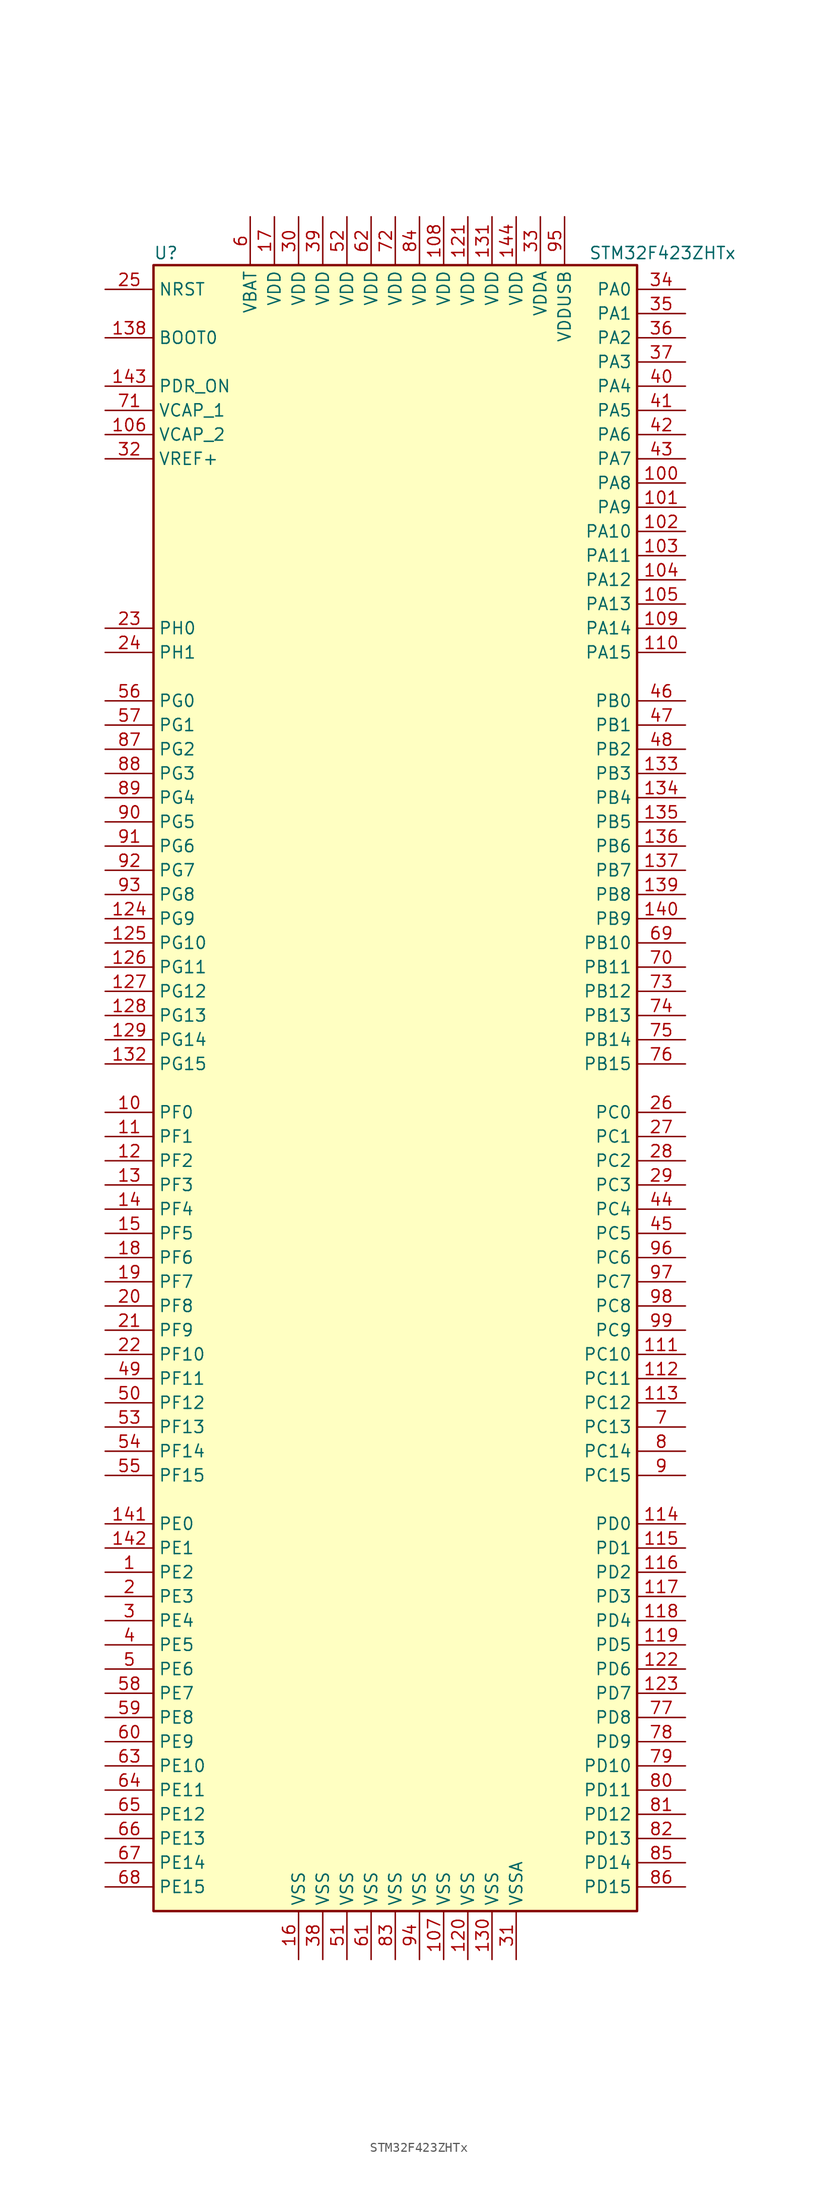
<source format=kicad_sym>
(kicad_symbol_lib
  (version 20201005)
  (generator kicad_symbol_editor)
  (symbol "MCU_ST_STM32F4:STM32F423ZHTx"
    (property "Reference" "U"
      (at -25.4 87.63 0)
      (effects (font (size 1.27 1.27)) (justify left)))
    (property "Value" "STM32F423ZHTx"
      (at 20.32 87.63 0)
      (effects (font (size 1.27 1.27)) (justify left)))
    (symbol "STM32F423ZHTx_0_1"
      (rectangle (start -25.4 -86.36) (end 25.4 86.36) (stroke (width 0.254)) (fill (type background))))
    (symbol "STM32F423ZHTx_1_1"
      (pin input line (at -30.48 78.74 0) (length 5.08) (name "BOOT0" (effects (font (size 1.27 1.27)))) (number "138" (effects (font (size 1.27 1.27)))))
      (pin input line (at -30.48 83.82 0) (length 5.08) (name "NRST" (effects (font (size 1.27 1.27)))) (number "25" (effects (font (size 1.27 1.27)))))
      (pin bidirectional line (at 30.48 83.82 180) (length 5.08) (name "PA0" (effects (font (size 1.27 1.27)))) (number "34" (effects (font (size 1.27 1.27)))))
      (pin bidirectional line (at 30.48 81.28 180) (length 5.08) (name "PA1" (effects (font (size 1.27 1.27)))) (number "35" (effects (font (size 1.27 1.27)))))
      (pin bidirectional line (at 30.48 58.42 180) (length 5.08) (name "PA10" (effects (font (size 1.27 1.27)))) (number "102" (effects (font (size 1.27 1.27)))))
      (pin bidirectional line (at 30.48 55.88 180) (length 5.08) (name "PA11" (effects (font (size 1.27 1.27)))) (number "103" (effects (font (size 1.27 1.27)))))
      (pin bidirectional line (at 30.48 53.34 180) (length 5.08) (name "PA12" (effects (font (size 1.27 1.27)))) (number "104" (effects (font (size 1.27 1.27)))))
      (pin bidirectional line (at 30.48 50.8 180) (length 5.08) (name "PA13" (effects (font (size 1.27 1.27)))) (number "105" (effects (font (size 1.27 1.27)))))
      (pin bidirectional line (at 30.48 48.26 180) (length 5.08) (name "PA14" (effects (font (size 1.27 1.27)))) (number "109" (effects (font (size 1.27 1.27)))))
      (pin bidirectional line (at 30.48 45.72 180) (length 5.08) (name "PA15" (effects (font (size 1.27 1.27)))) (number "110" (effects (font (size 1.27 1.27)))))
      (pin bidirectional line (at 30.48 78.74 180) (length 5.08) (name "PA2" (effects (font (size 1.27 1.27)))) (number "36" (effects (font (size 1.27 1.27)))))
      (pin bidirectional line (at 30.48 76.2 180) (length 5.08) (name "PA3" (effects (font (size 1.27 1.27)))) (number "37" (effects (font (size 1.27 1.27)))))
      (pin bidirectional line (at 30.48 73.66 180) (length 5.08) (name "PA4" (effects (font (size 1.27 1.27)))) (number "40" (effects (font (size 1.27 1.27)))))
      (pin bidirectional line (at 30.48 71.12 180) (length 5.08) (name "PA5" (effects (font (size 1.27 1.27)))) (number "41" (effects (font (size 1.27 1.27)))))
      (pin bidirectional line (at 30.48 68.58 180) (length 5.08) (name "PA6" (effects (font (size 1.27 1.27)))) (number "42" (effects (font (size 1.27 1.27)))))
      (pin bidirectional line (at 30.48 66.04 180) (length 5.08) (name "PA7" (effects (font (size 1.27 1.27)))) (number "43" (effects (font (size 1.27 1.27)))))
      (pin bidirectional line (at 30.48 63.5 180) (length 5.08) (name "PA8" (effects (font (size 1.27 1.27)))) (number "100" (effects (font (size 1.27 1.27)))))
      (pin bidirectional line (at 30.48 60.96 180) (length 5.08) (name "PA9" (effects (font (size 1.27 1.27)))) (number "101" (effects (font (size 1.27 1.27)))))
      (pin bidirectional line (at 30.48 40.64 180) (length 5.08) (name "PB0" (effects (font (size 1.27 1.27)))) (number "46" (effects (font (size 1.27 1.27)))))
      (pin bidirectional line (at 30.48 38.1 180) (length 5.08) (name "PB1" (effects (font (size 1.27 1.27)))) (number "47" (effects (font (size 1.27 1.27)))))
      (pin bidirectional line (at 30.48 15.24 180) (length 5.08) (name "PB10" (effects (font (size 1.27 1.27)))) (number "69" (effects (font (size 1.27 1.27)))))
      (pin bidirectional line (at 30.48 12.7 180) (length 5.08) (name "PB11" (effects (font (size 1.27 1.27)))) (number "70" (effects (font (size 1.27 1.27)))))
      (pin bidirectional line (at 30.48 10.16 180) (length 5.08) (name "PB12" (effects (font (size 1.27 1.27)))) (number "73" (effects (font (size 1.27 1.27)))))
      (pin bidirectional line (at 30.48 7.62 180) (length 5.08) (name "PB13" (effects (font (size 1.27 1.27)))) (number "74" (effects (font (size 1.27 1.27)))))
      (pin bidirectional line (at 30.48 5.08 180) (length 5.08) (name "PB14" (effects (font (size 1.27 1.27)))) (number "75" (effects (font (size 1.27 1.27)))))
      (pin bidirectional line (at 30.48 2.54 180) (length 5.08) (name "PB15" (effects (font (size 1.27 1.27)))) (number "76" (effects (font (size 1.27 1.27)))))
      (pin bidirectional line (at 30.48 35.56 180) (length 5.08) (name "PB2" (effects (font (size 1.27 1.27)))) (number "48" (effects (font (size 1.27 1.27)))))
      (pin bidirectional line (at 30.48 33.02 180) (length 5.08) (name "PB3" (effects (font (size 1.27 1.27)))) (number "133" (effects (font (size 1.27 1.27)))))
      (pin bidirectional line (at 30.48 30.48 180) (length 5.08) (name "PB4" (effects (font (size 1.27 1.27)))) (number "134" (effects (font (size 1.27 1.27)))))
      (pin bidirectional line (at 30.48 27.94 180) (length 5.08) (name "PB5" (effects (font (size 1.27 1.27)))) (number "135" (effects (font (size 1.27 1.27)))))
      (pin bidirectional line (at 30.48 25.4 180) (length 5.08) (name "PB6" (effects (font (size 1.27 1.27)))) (number "136" (effects (font (size 1.27 1.27)))))
      (pin bidirectional line (at 30.48 22.86 180) (length 5.08) (name "PB7" (effects (font (size 1.27 1.27)))) (number "137" (effects (font (size 1.27 1.27)))))
      (pin bidirectional line (at 30.48 20.32 180) (length 5.08) (name "PB8" (effects (font (size 1.27 1.27)))) (number "139" (effects (font (size 1.27 1.27)))))
      (pin bidirectional line (at 30.48 17.78 180) (length 5.08) (name "PB9" (effects (font (size 1.27 1.27)))) (number "140" (effects (font (size 1.27 1.27)))))
      (pin bidirectional line (at 30.48 -2.54 180) (length 5.08) (name "PC0" (effects (font (size 1.27 1.27)))) (number "26" (effects (font (size 1.27 1.27)))))
      (pin bidirectional line (at 30.48 -5.08 180) (length 5.08) (name "PC1" (effects (font (size 1.27 1.27)))) (number "27" (effects (font (size 1.27 1.27)))))
      (pin bidirectional line (at 30.48 -27.94 180) (length 5.08) (name "PC10" (effects (font (size 1.27 1.27)))) (number "111" (effects (font (size 1.27 1.27)))))
      (pin bidirectional line (at 30.48 -30.48 180) (length 5.08) (name "PC11" (effects (font (size 1.27 1.27)))) (number "112" (effects (font (size 1.27 1.27)))))
      (pin bidirectional line (at 30.48 -33.02 180) (length 5.08) (name "PC12" (effects (font (size 1.27 1.27)))) (number "113" (effects (font (size 1.27 1.27)))))
      (pin bidirectional line (at 30.48 -35.56 180) (length 5.08) (name "PC13" (effects (font (size 1.27 1.27)))) (number "7" (effects (font (size 1.27 1.27)))))
      (pin bidirectional line (at 30.48 -38.1 180) (length 5.08) (name "PC14" (effects (font (size 1.27 1.27)))) (number "8" (effects (font (size 1.27 1.27)))))
      (pin bidirectional line (at 30.48 -40.64 180) (length 5.08) (name "PC15" (effects (font (size 1.27 1.27)))) (number "9" (effects (font (size 1.27 1.27)))))
      (pin bidirectional line (at 30.48 -7.62 180) (length 5.08) (name "PC2" (effects (font (size 1.27 1.27)))) (number "28" (effects (font (size 1.27 1.27)))))
      (pin bidirectional line (at 30.48 -10.16 180) (length 5.08) (name "PC3" (effects (font (size 1.27 1.27)))) (number "29" (effects (font (size 1.27 1.27)))))
      (pin bidirectional line (at 30.48 -12.7 180) (length 5.08) (name "PC4" (effects (font (size 1.27 1.27)))) (number "44" (effects (font (size 1.27 1.27)))))
      (pin bidirectional line (at 30.48 -15.24 180) (length 5.08) (name "PC5" (effects (font (size 1.27 1.27)))) (number "45" (effects (font (size 1.27 1.27)))))
      (pin bidirectional line (at 30.48 -17.78 180) (length 5.08) (name "PC6" (effects (font (size 1.27 1.27)))) (number "96" (effects (font (size 1.27 1.27)))))
      (pin bidirectional line (at 30.48 -20.32 180) (length 5.08) (name "PC7" (effects (font (size 1.27 1.27)))) (number "97" (effects (font (size 1.27 1.27)))))
      (pin bidirectional line (at 30.48 -22.86 180) (length 5.08) (name "PC8" (effects (font (size 1.27 1.27)))) (number "98" (effects (font (size 1.27 1.27)))))
      (pin bidirectional line (at 30.48 -25.4 180) (length 5.08) (name "PC9" (effects (font (size 1.27 1.27)))) (number "99" (effects (font (size 1.27 1.27)))))
      (pin bidirectional line (at 30.48 -45.72 180) (length 5.08) (name "PD0" (effects (font (size 1.27 1.27)))) (number "114" (effects (font (size 1.27 1.27)))))
      (pin bidirectional line (at 30.48 -48.26 180) (length 5.08) (name "PD1" (effects (font (size 1.27 1.27)))) (number "115" (effects (font (size 1.27 1.27)))))
      (pin bidirectional line (at 30.48 -71.12 180) (length 5.08) (name "PD10" (effects (font (size 1.27 1.27)))) (number "79" (effects (font (size 1.27 1.27)))))
      (pin bidirectional line (at 30.48 -73.66 180) (length 5.08) (name "PD11" (effects (font (size 1.27 1.27)))) (number "80" (effects (font (size 1.27 1.27)))))
      (pin bidirectional line (at 30.48 -76.2 180) (length 5.08) (name "PD12" (effects (font (size 1.27 1.27)))) (number "81" (effects (font (size 1.27 1.27)))))
      (pin bidirectional line (at 30.48 -78.74 180) (length 5.08) (name "PD13" (effects (font (size 1.27 1.27)))) (number "82" (effects (font (size 1.27 1.27)))))
      (pin bidirectional line (at 30.48 -81.28 180) (length 5.08) (name "PD14" (effects (font (size 1.27 1.27)))) (number "85" (effects (font (size 1.27 1.27)))))
      (pin bidirectional line (at 30.48 -83.82 180) (length 5.08) (name "PD15" (effects (font (size 1.27 1.27)))) (number "86" (effects (font (size 1.27 1.27)))))
      (pin bidirectional line (at 30.48 -50.8 180) (length 5.08) (name "PD2" (effects (font (size 1.27 1.27)))) (number "116" (effects (font (size 1.27 1.27)))))
      (pin bidirectional line (at 30.48 -53.34 180) (length 5.08) (name "PD3" (effects (font (size 1.27 1.27)))) (number "117" (effects (font (size 1.27 1.27)))))
      (pin bidirectional line (at 30.48 -55.88 180) (length 5.08) (name "PD4" (effects (font (size 1.27 1.27)))) (number "118" (effects (font (size 1.27 1.27)))))
      (pin bidirectional line (at 30.48 -58.42 180) (length 5.08) (name "PD5" (effects (font (size 1.27 1.27)))) (number "119" (effects (font (size 1.27 1.27)))))
      (pin bidirectional line (at 30.48 -60.96 180) (length 5.08) (name "PD6" (effects (font (size 1.27 1.27)))) (number "122" (effects (font (size 1.27 1.27)))))
      (pin bidirectional line (at 30.48 -63.5 180) (length 5.08) (name "PD7" (effects (font (size 1.27 1.27)))) (number "123" (effects (font (size 1.27 1.27)))))
      (pin bidirectional line (at 30.48 -66.04 180) (length 5.08) (name "PD8" (effects (font (size 1.27 1.27)))) (number "77" (effects (font (size 1.27 1.27)))))
      (pin bidirectional line (at 30.48 -68.58 180) (length 5.08) (name "PD9" (effects (font (size 1.27 1.27)))) (number "78" (effects (font (size 1.27 1.27)))))
      (pin power_in line (at -30.48 73.66 0) (length 5.08) (name "PDR_ON" (effects (font (size 1.27 1.27)))) (number "143" (effects (font (size 1.27 1.27)))))
      (pin bidirectional line (at -30.48 -45.72 0) (length 5.08) (name "PE0" (effects (font (size 1.27 1.27)))) (number "141" (effects (font (size 1.27 1.27)))))
      (pin bidirectional line (at -30.48 -48.26 0) (length 5.08) (name "PE1" (effects (font (size 1.27 1.27)))) (number "142" (effects (font (size 1.27 1.27)))))
      (pin bidirectional line (at -30.48 -71.12 0) (length 5.08) (name "PE10" (effects (font (size 1.27 1.27)))) (number "63" (effects (font (size 1.27 1.27)))))
      (pin bidirectional line (at -30.48 -73.66 0) (length 5.08) (name "PE11" (effects (font (size 1.27 1.27)))) (number "64" (effects (font (size 1.27 1.27)))))
      (pin bidirectional line (at -30.48 -76.2 0) (length 5.08) (name "PE12" (effects (font (size 1.27 1.27)))) (number "65" (effects (font (size 1.27 1.27)))))
      (pin bidirectional line (at -30.48 -78.74 0) (length 5.08) (name "PE13" (effects (font (size 1.27 1.27)))) (number "66" (effects (font (size 1.27 1.27)))))
      (pin bidirectional line (at -30.48 -81.28 0) (length 5.08) (name "PE14" (effects (font (size 1.27 1.27)))) (number "67" (effects (font (size 1.27 1.27)))))
      (pin bidirectional line (at -30.48 -83.82 0) (length 5.08) (name "PE15" (effects (font (size 1.27 1.27)))) (number "68" (effects (font (size 1.27 1.27)))))
      (pin bidirectional line (at -30.48 -50.8 0) (length 5.08) (name "PE2" (effects (font (size 1.27 1.27)))) (number "1" (effects (font (size 1.27 1.27)))))
      (pin bidirectional line (at -30.48 -53.34 0) (length 5.08) (name "PE3" (effects (font (size 1.27 1.27)))) (number "2" (effects (font (size 1.27 1.27)))))
      (pin bidirectional line (at -30.48 -55.88 0) (length 5.08) (name "PE4" (effects (font (size 1.27 1.27)))) (number "3" (effects (font (size 1.27 1.27)))))
      (pin bidirectional line (at -30.48 -58.42 0) (length 5.08) (name "PE5" (effects (font (size 1.27 1.27)))) (number "4" (effects (font (size 1.27 1.27)))))
      (pin bidirectional line (at -30.48 -60.96 0) (length 5.08) (name "PE6" (effects (font (size 1.27 1.27)))) (number "5" (effects (font (size 1.27 1.27)))))
      (pin bidirectional line (at -30.48 -63.5 0) (length 5.08) (name "PE7" (effects (font (size 1.27 1.27)))) (number "58" (effects (font (size 1.27 1.27)))))
      (pin bidirectional line (at -30.48 -66.04 0) (length 5.08) (name "PE8" (effects (font (size 1.27 1.27)))) (number "59" (effects (font (size 1.27 1.27)))))
      (pin bidirectional line (at -30.48 -68.58 0) (length 5.08) (name "PE9" (effects (font (size 1.27 1.27)))) (number "60" (effects (font (size 1.27 1.27)))))
      (pin bidirectional line (at -30.48 -2.54 0) (length 5.08) (name "PF0" (effects (font (size 1.27 1.27)))) (number "10" (effects (font (size 1.27 1.27)))))
      (pin bidirectional line (at -30.48 -5.08 0) (length 5.08) (name "PF1" (effects (font (size 1.27 1.27)))) (number "11" (effects (font (size 1.27 1.27)))))
      (pin bidirectional line (at -30.48 -27.94 0) (length 5.08) (name "PF10" (effects (font (size 1.27 1.27)))) (number "22" (effects (font (size 1.27 1.27)))))
      (pin bidirectional line (at -30.48 -30.48 0) (length 5.08) (name "PF11" (effects (font (size 1.27 1.27)))) (number "49" (effects (font (size 1.27 1.27)))))
      (pin bidirectional line (at -30.48 -33.02 0) (length 5.08) (name "PF12" (effects (font (size 1.27 1.27)))) (number "50" (effects (font (size 1.27 1.27)))))
      (pin bidirectional line (at -30.48 -35.56 0) (length 5.08) (name "PF13" (effects (font (size 1.27 1.27)))) (number "53" (effects (font (size 1.27 1.27)))))
      (pin bidirectional line (at -30.48 -38.1 0) (length 5.08) (name "PF14" (effects (font (size 1.27 1.27)))) (number "54" (effects (font (size 1.27 1.27)))))
      (pin bidirectional line (at -30.48 -40.64 0) (length 5.08) (name "PF15" (effects (font (size 1.27 1.27)))) (number "55" (effects (font (size 1.27 1.27)))))
      (pin bidirectional line (at -30.48 -7.62 0) (length 5.08) (name "PF2" (effects (font (size 1.27 1.27)))) (number "12" (effects (font (size 1.27 1.27)))))
      (pin bidirectional line (at -30.48 -10.16 0) (length 5.08) (name "PF3" (effects (font (size 1.27 1.27)))) (number "13" (effects (font (size 1.27 1.27)))))
      (pin bidirectional line (at -30.48 -12.7 0) (length 5.08) (name "PF4" (effects (font (size 1.27 1.27)))) (number "14" (effects (font (size 1.27 1.27)))))
      (pin bidirectional line (at -30.48 -15.24 0) (length 5.08) (name "PF5" (effects (font (size 1.27 1.27)))) (number "15" (effects (font (size 1.27 1.27)))))
      (pin bidirectional line (at -30.48 -17.78 0) (length 5.08) (name "PF6" (effects (font (size 1.27 1.27)))) (number "18" (effects (font (size 1.27 1.27)))))
      (pin bidirectional line (at -30.48 -20.32 0) (length 5.08) (name "PF7" (effects (font (size 1.27 1.27)))) (number "19" (effects (font (size 1.27 1.27)))))
      (pin bidirectional line (at -30.48 -22.86 0) (length 5.08) (name "PF8" (effects (font (size 1.27 1.27)))) (number "20" (effects (font (size 1.27 1.27)))))
      (pin bidirectional line (at -30.48 -25.4 0) (length 5.08) (name "PF9" (effects (font (size 1.27 1.27)))) (number "21" (effects (font (size 1.27 1.27)))))
      (pin bidirectional line (at -30.48 40.64 0) (length 5.08) (name "PG0" (effects (font (size 1.27 1.27)))) (number "56" (effects (font (size 1.27 1.27)))))
      (pin bidirectional line (at -30.48 38.1 0) (length 5.08) (name "PG1" (effects (font (size 1.27 1.27)))) (number "57" (effects (font (size 1.27 1.27)))))
      (pin bidirectional line (at -30.48 15.24 0) (length 5.08) (name "PG10" (effects (font (size 1.27 1.27)))) (number "125" (effects (font (size 1.27 1.27)))))
      (pin bidirectional line (at -30.48 12.7 0) (length 5.08) (name "PG11" (effects (font (size 1.27 1.27)))) (number "126" (effects (font (size 1.27 1.27)))))
      (pin bidirectional line (at -30.48 10.16 0) (length 5.08) (name "PG12" (effects (font (size 1.27 1.27)))) (number "127" (effects (font (size 1.27 1.27)))))
      (pin bidirectional line (at -30.48 7.62 0) (length 5.08) (name "PG13" (effects (font (size 1.27 1.27)))) (number "128" (effects (font (size 1.27 1.27)))))
      (pin bidirectional line (at -30.48 5.08 0) (length 5.08) (name "PG14" (effects (font (size 1.27 1.27)))) (number "129" (effects (font (size 1.27 1.27)))))
      (pin bidirectional line (at -30.48 2.54 0) (length 5.08) (name "PG15" (effects (font (size 1.27 1.27)))) (number "132" (effects (font (size 1.27 1.27)))))
      (pin bidirectional line (at -30.48 35.56 0) (length 5.08) (name "PG2" (effects (font (size 1.27 1.27)))) (number "87" (effects (font (size 1.27 1.27)))))
      (pin bidirectional line (at -30.48 33.02 0) (length 5.08) (name "PG3" (effects (font (size 1.27 1.27)))) (number "88" (effects (font (size 1.27 1.27)))))
      (pin bidirectional line (at -30.48 30.48 0) (length 5.08) (name "PG4" (effects (font (size 1.27 1.27)))) (number "89" (effects (font (size 1.27 1.27)))))
      (pin bidirectional line (at -30.48 27.94 0) (length 5.08) (name "PG5" (effects (font (size 1.27 1.27)))) (number "90" (effects (font (size 1.27 1.27)))))
      (pin bidirectional line (at -30.48 25.4 0) (length 5.08) (name "PG6" (effects (font (size 1.27 1.27)))) (number "91" (effects (font (size 1.27 1.27)))))
      (pin bidirectional line (at -30.48 22.86 0) (length 5.08) (name "PG7" (effects (font (size 1.27 1.27)))) (number "92" (effects (font (size 1.27 1.27)))))
      (pin bidirectional line (at -30.48 20.32 0) (length 5.08) (name "PG8" (effects (font (size 1.27 1.27)))) (number "93" (effects (font (size 1.27 1.27)))))
      (pin bidirectional line (at -30.48 17.78 0) (length 5.08) (name "PG9" (effects (font (size 1.27 1.27)))) (number "124" (effects (font (size 1.27 1.27)))))
      (pin input line (at -30.48 48.26 0) (length 5.08) (name "PH0" (effects (font (size 1.27 1.27)))) (number "23" (effects (font (size 1.27 1.27)))))
      (pin input line (at -30.48 45.72 0) (length 5.08) (name "PH1" (effects (font (size 1.27 1.27)))) (number "24" (effects (font (size 1.27 1.27)))))
      (pin power_in line (at -15.24 91.44 270) (length 5.08) (name "VBAT" (effects (font (size 1.27 1.27)))) (number "6" (effects (font (size 1.27 1.27)))))
      (pin power_in line (at -30.48 71.12 0) (length 5.08) (name "VCAP_1" (effects (font (size 1.27 1.27)))) (number "71" (effects (font (size 1.27 1.27)))))
      (pin power_in line (at -30.48 68.58 0) (length 5.08) (name "VCAP_2" (effects (font (size 1.27 1.27)))) (number "106" (effects (font (size 1.27 1.27)))))
      (pin power_in line (at 5.08 91.44 270) (length 5.08) (name "VDD" (effects (font (size 1.27 1.27)))) (number "108" (effects (font (size 1.27 1.27)))))
      (pin power_in line (at 7.62 91.44 270) (length 5.08) (name "VDD" (effects (font (size 1.27 1.27)))) (number "121" (effects (font (size 1.27 1.27)))))
      (pin power_in line (at 10.16 91.44 270) (length 5.08) (name "VDD" (effects (font (size 1.27 1.27)))) (number "131" (effects (font (size 1.27 1.27)))))
      (pin power_in line (at 12.7 91.44 270) (length 5.08) (name "VDD" (effects (font (size 1.27 1.27)))) (number "144" (effects (font (size 1.27 1.27)))))
      (pin power_in line (at -12.7 91.44 270) (length 5.08) (name "VDD" (effects (font (size 1.27 1.27)))) (number "17" (effects (font (size 1.27 1.27)))))
      (pin power_in line (at -10.16 91.44 270) (length 5.08) (name "VDD" (effects (font (size 1.27 1.27)))) (number "30" (effects (font (size 1.27 1.27)))))
      (pin power_in line (at -7.62 91.44 270) (length 5.08) (name "VDD" (effects (font (size 1.27 1.27)))) (number "39" (effects (font (size 1.27 1.27)))))
      (pin power_in line (at -5.08 91.44 270) (length 5.08) (name "VDD" (effects (font (size 1.27 1.27)))) (number "52" (effects (font (size 1.27 1.27)))))
      (pin power_in line (at -2.54 91.44 270) (length 5.08) (name "VDD" (effects (font (size 1.27 1.27)))) (number "62" (effects (font (size 1.27 1.27)))))
      (pin power_in line (at 0 91.44 270) (length 5.08) (name "VDD" (effects (font (size 1.27 1.27)))) (number "72" (effects (font (size 1.27 1.27)))))
      (pin power_in line (at 2.54 91.44 270) (length 5.08) (name "VDD" (effects (font (size 1.27 1.27)))) (number "84" (effects (font (size 1.27 1.27)))))
      (pin power_in line (at 15.24 91.44 270) (length 5.08) (name "VDDA" (effects (font (size 1.27 1.27)))) (number "33" (effects (font (size 1.27 1.27)))))
      (pin power_in line (at 17.78 91.44 270) (length 5.08) (name "VDDUSB" (effects (font (size 1.27 1.27)))) (number "95" (effects (font (size 1.27 1.27)))))
      (pin power_in line (at -30.48 66.04 0) (length 5.08) (name "VREF+" (effects (font (size 1.27 1.27)))) (number "32" (effects (font (size 1.27 1.27)))))
      (pin power_in line (at 5.08 -91.44 90) (length 5.08) (name "VSS" (effects (font (size 1.27 1.27)))) (number "107" (effects (font (size 1.27 1.27)))))
      (pin power_in line (at 7.62 -91.44 90) (length 5.08) (name "VSS" (effects (font (size 1.27 1.27)))) (number "120" (effects (font (size 1.27 1.27)))))
      (pin power_in line (at 10.16 -91.44 90) (length 5.08) (name "VSS" (effects (font (size 1.27 1.27)))) (number "130" (effects (font (size 1.27 1.27)))))
      (pin power_in line (at -10.16 -91.44 90) (length 5.08) (name "VSS" (effects (font (size 1.27 1.27)))) (number "16" (effects (font (size 1.27 1.27)))))
      (pin power_in line (at -7.62 -91.44 90) (length 5.08) (name "VSS" (effects (font (size 1.27 1.27)))) (number "38" (effects (font (size 1.27 1.27)))))
      (pin power_in line (at -5.08 -91.44 90) (length 5.08) (name "VSS" (effects (font (size 1.27 1.27)))) (number "51" (effects (font (size 1.27 1.27)))))
      (pin power_in line (at -2.54 -91.44 90) (length 5.08) (name "VSS" (effects (font (size 1.27 1.27)))) (number "61" (effects (font (size 1.27 1.27)))))
      (pin power_in line (at 0 -91.44 90) (length 5.08) (name "VSS" (effects (font (size 1.27 1.27)))) (number "83" (effects (font (size 1.27 1.27)))))
      (pin power_in line (at 2.54 -91.44 90) (length 5.08) (name "VSS" (effects (font (size 1.27 1.27)))) (number "94" (effects (font (size 1.27 1.27)))))
      (pin power_in line (at 12.7 -91.44 90) (length 5.08) (name "VSSA" (effects (font (size 1.27 1.27)))) (number "31" (effects (font (size 1.27 1.27))))))))
</source>
